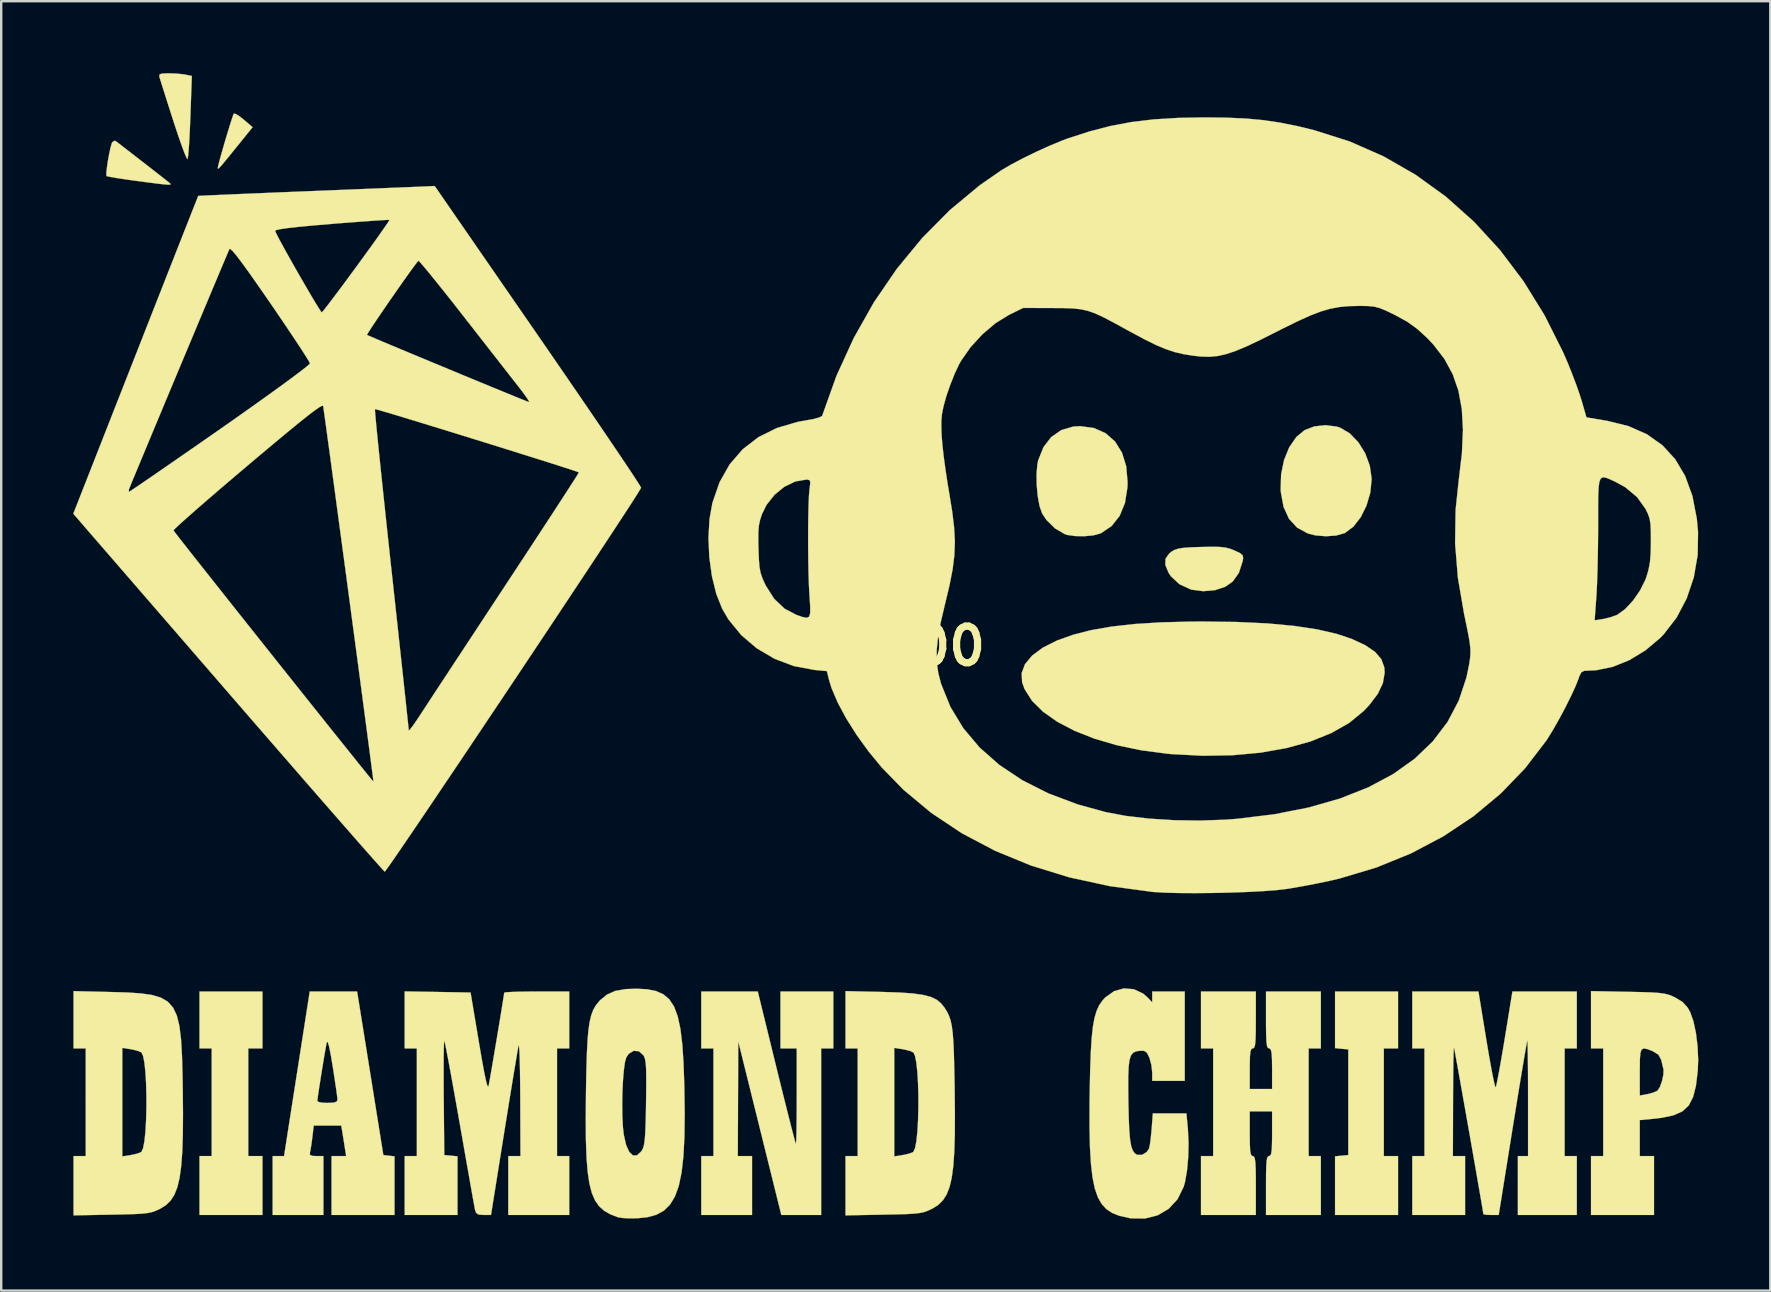
<source format=kicad_pcb>
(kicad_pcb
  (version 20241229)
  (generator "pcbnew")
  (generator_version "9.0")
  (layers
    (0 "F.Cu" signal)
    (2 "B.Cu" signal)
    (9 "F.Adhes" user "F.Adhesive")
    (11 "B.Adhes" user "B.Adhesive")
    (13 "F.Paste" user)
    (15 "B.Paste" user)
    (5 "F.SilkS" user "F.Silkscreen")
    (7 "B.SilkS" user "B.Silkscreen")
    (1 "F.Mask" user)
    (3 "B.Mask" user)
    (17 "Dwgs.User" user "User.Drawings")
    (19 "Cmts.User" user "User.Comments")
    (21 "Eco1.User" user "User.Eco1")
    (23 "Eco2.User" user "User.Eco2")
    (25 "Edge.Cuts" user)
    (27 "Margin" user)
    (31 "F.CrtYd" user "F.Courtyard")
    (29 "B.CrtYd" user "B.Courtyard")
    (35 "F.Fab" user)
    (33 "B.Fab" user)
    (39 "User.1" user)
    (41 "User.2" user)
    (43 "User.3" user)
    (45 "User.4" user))
  (footprint "dc_800"
    (layer "F.Cu")
    (at 33.882 23.881)
    (property "Reference" "dc_800" (at 0 0 0) (layer "F.SilkS") (effects (font (size 1.524 1.524) (thickness 0.3))))
    (attr through_hole)
    (fp_poly (pts (xy -25.993 16.764) (xy -26.585 16.764) (xy -26.585 21.251) (xy -25.993 21.251) (xy -25.993 23.707) (xy -28.617 23.707) (xy -28.617 21.251) (xy -28.109 21.251) (xy -28.109 16.764) (xy -28.617 16.764) (xy -28.617 14.393) (xy -25.993 14.393) (xy -25.993 16.764)) (stroke (width 0.01) (type solid)) (fill yes) (layer "F.SilkS"))
    (fp_poly (pts (xy 21.336 16.764) (xy 20.743 16.764) (xy 20.743 21.251) (xy 21.336 21.251) (xy 21.336 23.707) (xy 18.711 23.707) (xy 18.711 21.262) (xy 18.986 21.236) (xy 19.262 21.209) (xy 19.262 16.806) (xy 18.986 16.78) (xy 18.711 16.753) (xy 18.711 14.393) (xy 21.336 14.393) (xy 21.336 16.764)) (stroke (width 0.01) (type solid)) (fill yes) (layer "F.SilkS"))
    (fp_poly (pts (xy -27.101 -22.18) (xy -26.931 -22.071) (xy -26.77 -21.943) (xy -26.404 -21.63) (xy -27.053 -20.827) (xy -27.361 -20.447) (xy -27.578 -20.182) (xy -27.72 -20.014) (xy -27.803 -19.926) (xy -27.843 -19.9) (xy -27.855 -19.919) (xy -27.855 -19.933) (xy -27.832 -20.048) (xy -27.771 -20.284) (xy -27.681 -20.603) (xy -27.576 -20.97) (xy -27.464 -21.345) (xy -27.358 -21.693) (xy -27.268 -21.975) (xy -27.206 -22.155) (xy -27.186 -22.198) (xy -27.101 -22.18)) (stroke (width 0.01) (type solid)) (fill yes) (layer "F.SilkS"))
    (fp_poly (pts (xy -29.593 -23.865) (xy -29.299 -23.836) (xy -29.211 -23.821) (xy -28.937 -23.766) (xy -28.997 -22.064) (xy -29.019 -21.543) (xy -29.042 -21.08) (xy -29.067 -20.702) (xy -29.092 -20.435) (xy -29.113 -20.306) (xy -29.117 -20.299) (xy -29.159 -20.356) (xy -29.243 -20.553) (xy -29.36 -20.866) (xy -29.502 -21.273) (xy -29.661 -21.751) (xy -29.712 -21.908) (xy -29.876 -22.419) (xy -30.023 -22.881) (xy -30.146 -23.269) (xy -30.236 -23.555) (xy -30.285 -23.712) (xy -30.289 -23.728) (xy -30.29 -23.816) (xy -30.206 -23.861) (xy -29.999 -23.875) (xy -29.908 -23.876) (xy -29.593 -23.865)) (stroke (width 0.01) (type solid)) (fill yes) (layer "F.SilkS"))
    (fp_poly (pts (xy 13.901 -4.136) (xy 14.142 -4.11) (xy 14.341 -4.059) (xy 14.521 -3.988) (xy 14.752 -3.878) (xy 14.861 -3.786) (xy 14.881 -3.668) (xy 14.859 -3.536) (xy 14.7 -3.051) (xy 14.445 -2.694) (xy 14.138 -2.477) (xy 13.709 -2.334) (xy 13.217 -2.291) (xy 12.741 -2.353) (xy 12.687 -2.369) (xy 12.218 -2.586) (xy 11.868 -2.913) (xy 11.771 -3.062) (xy 11.636 -3.387) (xy 11.645 -3.644) (xy 11.801 -3.864) (xy 11.88 -3.929) (xy 12.008 -4.007) (xy 12.164 -4.061) (xy 12.385 -4.097) (xy 12.707 -4.12) (xy 13.122 -4.134) (xy 13.575 -4.143) (xy 13.901 -4.136)) (stroke (width 0.01) (type solid)) (fill yes) (layer "F.SilkS"))
    (fp_poly (pts (xy 18.779 -9.152) (xy 18.922 -9.107) (xy 19.324 -8.869) (xy 19.679 -8.502) (xy 19.965 -8.042) (xy 20.158 -7.526) (xy 20.235 -6.993) (xy 20.235 -6.948) (xy 20.179 -6.394) (xy 20.021 -5.858) (xy 19.782 -5.376) (xy 19.479 -4.985) (xy 19.13 -4.723) (xy 19.104 -4.71) (xy 18.76 -4.612) (xy 18.332 -4.581) (xy 17.892 -4.617) (xy 17.581 -4.695) (xy 17.13 -4.939) (xy 16.792 -5.306) (xy 16.566 -5.8) (xy 16.451 -6.421) (xy 16.444 -6.527) (xy 16.462 -7.163) (xy 16.585 -7.76) (xy 16.801 -8.289) (xy 17.098 -8.718) (xy 17.442 -9.004) (xy 17.847 -9.159) (xy 18.317 -9.21) (xy 18.779 -9.152)) (stroke (width 0.01) (type solid)) (fill yes) (layer "F.SilkS"))
    (fp_poly (pts (xy -32.074 -21.026) (xy -31.97 -20.945) (xy -31.759 -20.781) (xy -31.466 -20.555) (xy -31.12 -20.286) (xy -30.946 -20.152) (xy -30.586 -19.872) (xy -30.271 -19.627) (xy -30.027 -19.435) (xy -29.879 -19.317) (xy -29.849 -19.292) (xy -29.821 -19.258) (xy -29.839 -19.238) (xy -29.926 -19.234) (xy -30.1 -19.247) (xy -30.384 -19.28) (xy -30.797 -19.332) (xy -31.274 -19.395) (xy -31.701 -19.455) (xy -32.065 -19.51) (xy -32.335 -19.557) (xy -32.479 -19.589) (xy -32.493 -19.595) (xy -32.502 -19.696) (xy -32.481 -19.912) (xy -32.44 -20.195) (xy -32.386 -20.497) (xy -32.329 -20.767) (xy -32.275 -20.956) (xy -32.254 -21.004) (xy -32.154 -21.067) (xy -32.074 -21.026)) (stroke (width 0.01) (type solid)) (fill yes) (layer "F.SilkS"))
    (fp_poly (pts (xy 8.662 -9.092) (xy 9.15 -8.874) (xy 9.543 -8.528) (xy 9.831 -8.064) (xy 10.008 -7.492) (xy 10.064 -6.824) (xy 10.057 -6.611) (xy 9.954 -5.967) (xy 9.733 -5.429) (xy 9.399 -5.007) (xy 8.958 -4.71) (xy 8.914 -4.691) (xy 8.632 -4.617) (xy 8.261 -4.583) (xy 7.875 -4.589) (xy 7.548 -4.636) (xy 7.453 -4.666) (xy 7.038 -4.909) (xy 6.68 -5.261) (xy 6.503 -5.529) (xy 6.396 -5.834) (xy 6.319 -6.25) (xy 6.276 -6.72) (xy 6.27 -7.187) (xy 6.306 -7.595) (xy 6.339 -7.748) (xy 6.558 -8.295) (xy 6.883 -8.717) (xy 7.301 -9.006) (xy 7.802 -9.153) (xy 8.086 -9.17) (xy 8.662 -9.092)) (stroke (width 0.01) (type solid)) (fill yes) (layer "F.SilkS"))
    (fp_poly (pts (xy -4.571 17.568) (xy -4.397 18.273) (xy -4.236 18.923) (xy -4.09 19.501) (xy -3.966 19.99) (xy -3.866 20.371) (xy -3.797 20.627) (xy -3.762 20.739) (xy -3.759 20.743) (xy -3.75 20.663) (xy -3.741 20.436) (xy -3.734 20.087) (xy -3.729 19.638) (xy -3.726 19.114) (xy -3.725 18.754) (xy -3.725 16.764) (xy -4.403 16.764) (xy -4.403 14.393) (xy -2.201 14.393) (xy -2.201 16.764) (xy -2.709 16.764) (xy -2.709 23.707) (xy -4.368 23.707) (xy -6.163 16.468) (xy -6.172 18.86) (xy -6.181 21.251) (xy -5.588 21.251) (xy -5.588 23.707) (xy -7.705 23.707) (xy -7.705 21.251) (xy -7.197 21.251) (xy -7.197 16.764) (xy -7.705 16.764) (xy -7.705 14.393) (xy -5.349 14.393) (xy -4.571 17.568)) (stroke (width 0.01) (type solid)) (fill yes) (layer "F.SilkS"))
    (fp_poly (pts (xy 14.63 -1.008) (xy 15.893 -0.948) (xy 17.002 -0.845) (xy 17.962 -0.7) (xy 18.779 -0.513) (xy 19.414 -0.299) (xy 19.975 -0.037) (xy 20.379 0.239) (xy 20.638 0.541) (xy 20.763 0.88) (xy 20.779 1.101) (xy 20.705 1.538) (xy 20.496 1.982) (xy 20.139 2.453) (xy 19.9 2.706) (xy 19.296 3.201) (xy 18.55 3.624) (xy 17.678 3.974) (xy 16.693 4.246) (xy 15.61 4.438) (xy 14.443 4.546) (xy 13.205 4.568) (xy 11.912 4.5) (xy 11.71 4.482) (xy 10.623 4.338) (xy 9.61 4.127) (xy 8.683 3.855) (xy 7.855 3.528) (xy 7.137 3.153) (xy 6.543 2.735) (xy 6.084 2.281) (xy 5.774 1.797) (xy 5.668 1.508) (xy 5.648 1.123) (xy 5.789 0.749) (xy 6.086 0.392) (xy 6.531 0.062) (xy 7.116 -0.233) (xy 7.132 -0.239) (xy 7.792 -0.475) (xy 8.539 -0.667) (xy 9.386 -0.815) (xy 10.35 -0.923) (xy 11.445 -0.992) (xy 12.685 -1.024) (xy 13.208 -1.027) (xy 14.63 -1.008)) (stroke (width 0.01) (type solid)) (fill yes) (layer "F.SilkS"))
    (fp_poly (pts (xy 30.924 14.406) (xy 31.479 14.418) (xy 31.894 14.432) (xy 32.199 14.452) (xy 32.425 14.481) (xy 32.6 14.523) (xy 32.755 14.582) (xy 32.893 14.647) (xy 33.198 14.834) (xy 33.403 15.06) (xy 33.507 15.243) (xy 33.644 15.62) (xy 33.751 16.114) (xy 33.82 16.672) (xy 33.845 17.245) (xy 33.828 17.695) (xy 33.753 18.317) (xy 33.634 18.793) (xy 33.451 19.144) (xy 33.184 19.391) (xy 32.813 19.555) (xy 32.319 19.659) (xy 31.963 19.7) (xy 31.411 19.752) (xy 31.411 21.251) (xy 32.004 21.251) (xy 32.004 23.707) (xy 29.379 23.707) (xy 29.379 21.251) (xy 29.887 21.251) (xy 29.887 17.747) (xy 31.411 17.747) (xy 31.411 18.73) (xy 31.729 18.671) (xy 31.965 18.61) (xy 32.135 18.536) (xy 32.152 18.525) (xy 32.25 18.373) (xy 32.338 18.127) (xy 32.395 17.861) (xy 32.402 17.651) (xy 32.397 17.628) (xy 32.35 17.437) (xy 32.305 17.245) (xy 32.188 17.027) (xy 31.961 16.885) (xy 31.736 16.796) (xy 31.583 16.764) (xy 31.488 16.812) (xy 31.436 16.959) (xy 31.415 17.229) (xy 31.411 17.642) (xy 31.411 17.747) (xy 29.887 17.747) (xy 29.887 16.764) (xy 29.379 16.764) (xy 29.379 14.377) (xy 30.924 14.406)) (stroke (width 0.01) (type solid)) (fill yes) (layer "F.SilkS"))
    (fp_poly (pts (xy -32.322 14.414) (xy -31.637 14.434) (xy -31.067 14.471) (xy -30.601 14.537) (xy -30.228 14.648) (xy -29.938 14.818) (xy -29.72 15.062) (xy -29.562 15.394) (xy -29.455 15.828) (xy -29.387 16.38) (xy -29.347 17.064) (xy -29.324 17.895) (xy -29.315 18.449) (xy -29.305 19.473) (xy -29.311 20.342) (xy -29.335 21.072) (xy -29.38 21.675) (xy -29.448 22.166) (xy -29.543 22.559) (xy -29.667 22.869) (xy -29.823 23.109) (xy -30.013 23.294) (xy -30.24 23.438) (xy -30.268 23.453) (xy -30.427 23.527) (xy -30.581 23.583) (xy -30.759 23.623) (xy -30.989 23.65) (xy -31.303 23.669) (xy -31.728 23.682) (xy -32.279 23.693) (xy -33.867 23.723) (xy -33.867 21.251) (xy -33.359 21.251) (xy -33.359 16.764) (xy -33.867 16.764) (xy -33.867 16.742) (xy -31.835 16.742) (xy -31.835 19.004) (xy -31.835 21.266) (xy -31.475 21.208) (xy -31.235 21.156) (xy -31.067 21.096) (xy -31.039 21.077) (xy -30.969 20.926) (xy -30.913 20.637) (xy -30.871 20.241) (xy -30.844 19.768) (xy -30.83 19.251) (xy -30.83 18.719) (xy -30.844 18.205) (xy -30.873 17.737) (xy -30.915 17.349) (xy -30.972 17.069) (xy -31.035 16.937) (xy -31.163 16.875) (xy -31.388 16.816) (xy -31.475 16.8) (xy -31.835 16.742) (xy -33.867 16.742) (xy -33.867 14.377) (xy -32.322 14.414)) (stroke (width 0.01) (type solid)) (fill yes) (layer "F.SilkS"))
    (fp_poly (pts (xy -21.501 17.801) (xy -20.955 21.209) (xy -20.722 21.236) (xy -20.489 21.263) (xy -20.489 23.707) (xy -23.114 23.707) (xy -23.114 21.251) (xy -22.506 21.251) (xy -22.562 20.892) (xy -22.61 20.587) (xy -22.656 20.3) (xy -22.663 20.256) (xy -22.71 19.981) (xy -23.856 19.981) (xy -23.914 20.468) (xy -23.952 20.762) (xy -23.992 21.003) (xy -24.014 21.103) (xy -24.013 21.203) (xy -23.906 21.245) (xy -23.755 21.251) (xy -23.453 21.251) (xy -23.453 23.707) (xy -25.569 23.707) (xy -25.569 21.251) (xy -25.093 21.251) (xy -24.736 18.962) (xy -23.707 18.962) (xy -23.631 19.006) (xy -23.436 19.033) (xy -23.283 19.037) (xy -23.024 19.024) (xy -22.897 18.98) (xy -22.865 18.895) (xy -22.865 18.894) (xy -22.88 18.763) (xy -22.916 18.499) (xy -22.97 18.136) (xy -23.035 17.707) (xy -23.064 17.526) (xy -23.149 17.017) (xy -23.218 16.677) (xy -23.27 16.503) (xy -23.307 16.496) (xy -23.311 16.51) (xy -23.343 16.663) (xy -23.392 16.937) (xy -23.452 17.292) (xy -23.517 17.689) (xy -23.581 18.091) (xy -23.638 18.457) (xy -23.681 18.75) (xy -23.704 18.93) (xy -23.707 18.962) (xy -24.736 18.962) (xy -24.733 18.944) (xy -24.627 18.265) (xy -24.519 17.574) (xy -24.415 16.909) (xy -24.321 16.307) (xy -24.243 15.806) (xy -24.198 15.515) (xy -24.023 14.393) (xy -22.048 14.393) (xy -21.501 17.801)) (stroke (width 0.01) (type solid)) (fill yes) (layer "F.SilkS"))
    (fp_poly (pts (xy -0.148 14.412) (xy 0.552 14.435) (xy 1.105 14.473) (xy 1.533 14.533) (xy 1.86 14.618) (xy 2.107 14.736) (xy 2.296 14.892) (xy 2.431 15.063) (xy 2.536 15.229) (xy 2.62 15.399) (xy 2.686 15.593) (xy 2.738 15.833) (xy 2.776 16.137) (xy 2.805 16.527) (xy 2.826 17.024) (xy 2.842 17.647) (xy 2.856 18.418) (xy 2.856 18.476) (xy 2.867 19.492) (xy 2.863 20.354) (xy 2.841 21.076) (xy 2.799 21.672) (xy 2.734 22.158) (xy 2.643 22.546) (xy 2.523 22.852) (xy 2.372 23.09) (xy 2.188 23.275) (xy 1.966 23.421) (xy 1.905 23.453) (xy 1.746 23.527) (xy 1.592 23.583) (xy 1.415 23.623) (xy 1.184 23.65) (xy 0.871 23.669) (xy 0.446 23.682) (xy -0.106 23.693) (xy -1.693 23.723) (xy -1.693 21.266) (xy 0.339 21.266) (xy 0.699 21.208) (xy 0.939 21.156) (xy 1.106 21.096) (xy 1.135 21.077) (xy 1.205 20.926) (xy 1.26 20.636) (xy 1.302 20.24) (xy 1.33 19.768) (xy 1.344 19.25) (xy 1.344 18.719) (xy 1.329 18.204) (xy 1.301 17.737) (xy 1.258 17.348) (xy 1.201 17.069) (xy 1.139 16.937) (xy 1.01 16.875) (xy 0.785 16.816) (xy 0.699 16.8) (xy 0.339 16.742) (xy 0.339 21.266) (xy -1.693 21.266) (xy -1.693 21.251) (xy -1.185 21.251) (xy -1.185 16.764) (xy -1.693 16.764) (xy -1.693 14.377) (xy -0.148 14.412)) (stroke (width 0.01) (type solid)) (fill yes) (layer "F.SilkS"))
    (fp_poly (pts (xy 15.409 15.579) (xy 15.407 16.057) (xy 15.397 16.39) (xy 15.379 16.602) (xy 15.348 16.718) (xy 15.302 16.761) (xy 15.282 16.764) (xy 15.223 16.792) (xy 15.185 16.894) (xy 15.164 17.099) (xy 15.156 17.434) (xy 15.155 17.611) (xy 15.155 18.457) (xy 16.087 18.457) (xy 16.087 17.611) (xy 16.082 17.216) (xy 16.067 16.962) (xy 16.036 16.822) (xy 15.986 16.768) (xy 15.96 16.764) (xy 15.908 16.74) (xy 15.873 16.653) (xy 15.85 16.478) (xy 15.838 16.19) (xy 15.833 15.766) (xy 15.833 15.579) (xy 15.833 14.393) (xy 18.119 14.393) (xy 18.119 16.764) (xy 17.611 16.764) (xy 17.611 21.251) (xy 18.119 21.251) (xy 18.119 23.707) (xy 15.833 23.707) (xy 15.833 22.479) (xy 15.835 21.991) (xy 15.844 21.649) (xy 15.862 21.428) (xy 15.891 21.305) (xy 15.934 21.256) (xy 15.96 21.251) (xy 16.017 21.225) (xy 16.054 21.127) (xy 16.076 20.931) (xy 16.085 20.611) (xy 16.087 20.32) (xy 16.087 19.389) (xy 15.155 19.389) (xy 15.155 20.32) (xy 15.159 20.737) (xy 15.172 21.011) (xy 15.199 21.17) (xy 15.243 21.241) (xy 15.282 21.251) (xy 15.333 21.275) (xy 15.368 21.361) (xy 15.391 21.533) (xy 15.404 21.816) (xy 15.409 22.234) (xy 15.409 22.479) (xy 15.409 23.707) (xy 13.123 23.707) (xy 13.123 21.251) (xy 13.631 21.251) (xy 13.631 16.764) (xy 13.123 16.764) (xy 13.123 14.393) (xy 15.409 14.393) (xy 15.409 15.579)) (stroke (width 0.01) (type solid)) (fill yes) (layer "F.SilkS"))
    (fp_poly (pts (xy 10.328 14.299) (xy 10.715 14.482) (xy 10.91 14.654) (xy 11.091 14.849) (xy 11.091 14.393) (xy 12.446 14.393) (xy 12.446 18.119) (xy 11.091 18.119) (xy 11.091 17.777) (xy 11.058 17.465) (xy 10.976 17.161) (xy 10.966 17.137) (xy 10.866 16.94) (xy 10.749 16.864) (xy 10.566 16.864) (xy 10.41 16.891) (xy 10.29 16.951) (xy 10.203 17.063) (xy 10.144 17.248) (xy 10.108 17.525) (xy 10.092 17.915) (xy 10.09 18.437) (xy 10.097 19.008) (xy 10.112 19.672) (xy 10.135 20.186) (xy 10.169 20.571) (xy 10.217 20.846) (xy 10.284 21.03) (xy 10.372 21.145) (xy 10.474 21.204) (xy 10.668 21.2) (xy 10.859 21.085) (xy 10.958 20.94) (xy 10.992 20.788) (xy 11.028 20.52) (xy 11.061 20.19) (xy 11.066 20.133) (xy 11.116 19.473) (xy 12.516 19.473) (xy 12.577 20.123) (xy 12.605 20.689) (xy 12.593 21.279) (xy 12.543 21.842) (xy 12.46 22.321) (xy 12.4 22.536) (xy 12.144 23.053) (xy 11.777 23.45) (xy 11.319 23.72) (xy 10.785 23.855) (xy 10.192 23.847) (xy 9.721 23.742) (xy 9.433 23.629) (xy 9.19 23.472) (xy 8.989 23.257) (xy 8.826 22.973) (xy 8.698 22.605) (xy 8.602 22.14) (xy 8.536 21.566) (xy 8.495 20.868) (xy 8.477 20.035) (xy 8.479 19.053) (xy 8.486 18.525) (xy 8.504 17.655) (xy 8.53 16.936) (xy 8.566 16.35) (xy 8.616 15.878) (xy 8.683 15.503) (xy 8.77 15.205) (xy 8.88 14.966) (xy 9.016 14.769) (xy 9.134 14.639) (xy 9.504 14.378) (xy 9.913 14.264) (xy 10.328 14.299)) (stroke (width 0.01) (type solid)) (fill yes) (layer "F.SilkS"))
    (fp_poly (pts (xy 25.019 16.425) (xy 25.113 16.983) (xy 25.201 17.478) (xy 25.278 17.887) (xy 25.342 18.189) (xy 25.387 18.362) (xy 25.405 18.393) (xy 25.434 18.295) (xy 25.485 18.054) (xy 25.553 17.693) (xy 25.634 17.238) (xy 25.724 16.712) (xy 25.782 16.362) (xy 26.103 14.393) (xy 28.787 14.393) (xy 28.787 16.764) (xy 28.279 16.764) (xy 28.279 21.251) (xy 28.787 21.251) (xy 28.787 23.707) (xy 26.331 23.707) (xy 26.331 21.251) (xy 26.755 21.251) (xy 26.755 18.824) (xy 26.754 18.205) (xy 26.751 17.646) (xy 26.746 17.169) (xy 26.74 16.795) (xy 26.733 16.543) (xy 26.726 16.435) (xy 26.724 16.432) (xy 26.704 16.521) (xy 26.661 16.759) (xy 26.597 17.13) (xy 26.515 17.617) (xy 26.418 18.202) (xy 26.309 18.868) (xy 26.191 19.598) (xy 26.112 20.087) (xy 25.532 23.707) (xy 25.212 23.707) (xy 25.007 23.698) (xy 24.898 23.677) (xy 24.892 23.671) (xy 24.878 23.574) (xy 24.838 23.332) (xy 24.775 22.967) (xy 24.694 22.5) (xy 24.599 21.951) (xy 24.493 21.344) (xy 24.38 20.699) (xy 24.263 20.037) (xy 24.147 19.381) (xy 24.036 18.751) (xy 23.932 18.17) (xy 23.841 17.657) (xy 23.764 17.236) (xy 23.708 16.928) (xy 23.674 16.753) (xy 23.667 16.722) (xy 23.659 16.78) (xy 23.651 16.987) (xy 23.643 17.322) (xy 23.637 17.764) (xy 23.632 18.293) (xy 23.629 18.888) (xy 23.629 18.944) (xy 23.622 21.251) (xy 24.13 21.251) (xy 24.13 23.707) (xy 21.929 23.707) (xy 21.929 21.251) (xy 22.437 21.251) (xy 22.437 16.764) (xy 21.929 16.764) (xy 21.929 14.393) (xy 24.687 14.393) (xy 25.019 16.425)) (stroke (width 0.01) (type solid)) (fill yes) (layer "F.SilkS"))
    (fp_poly (pts (xy -9.968 14.299) (xy -9.595 14.372) (xy -9.286 14.508) (xy -9.036 14.72) (xy -8.838 15.022) (xy -8.687 15.427) (xy -8.574 15.947) (xy -8.495 16.596) (xy -8.443 17.387) (xy -8.41 18.334) (xy -8.41 18.373) (xy -8.394 19.488) (xy -8.406 20.447) (xy -8.448 21.26) (xy -8.525 21.938) (xy -8.641 22.493) (xy -8.8 22.935) (xy -9.006 23.276) (xy -9.262 23.526) (xy -9.573 23.697) (xy -9.943 23.8) (xy -10.372 23.845) (xy -10.705 23.849) (xy -10.999 23.832) (xy -11.181 23.801) (xy -11.485 23.684) (xy -11.742 23.539) (xy -11.955 23.352) (xy -12.128 23.109) (xy -12.264 22.796) (xy -12.367 22.398) (xy -12.44 21.903) (xy -12.488 21.295) (xy -12.513 20.561) (xy -12.519 19.687) (xy -12.514 19.112) (xy -10.999 19.112) (xy -10.993 19.603) (xy -10.97 20.039) (xy -10.936 20.351) (xy -10.839 20.781) (xy -10.709 21.075) (xy -10.554 21.224) (xy -10.384 21.221) (xy -10.207 21.058) (xy -10.183 21.023) (xy -10.131 20.924) (xy -10.092 20.79) (xy -10.062 20.597) (xy -10.041 20.321) (xy -10.025 19.938) (xy -10.012 19.425) (xy -10.006 19.027) (xy -9.998 18.422) (xy -9.997 17.962) (xy -10.003 17.624) (xy -10.019 17.385) (xy -10.046 17.221) (xy -10.084 17.108) (xy -10.117 17.05) (xy -10.304 16.884) (xy -10.521 16.865) (xy -10.725 16.988) (xy -10.831 17.145) (xy -10.887 17.349) (xy -10.933 17.686) (xy -10.968 18.116) (xy -10.991 18.604) (xy -10.999 19.112) (xy -12.514 19.112) (xy -12.51 18.658) (xy -12.51 18.609) (xy -12.495 17.754) (xy -12.475 17.051) (xy -12.448 16.479) (xy -12.409 16.022) (xy -12.357 15.66) (xy -12.289 15.375) (xy -12.202 15.148) (xy -12.092 14.961) (xy -11.958 14.797) (xy -11.919 14.755) (xy -11.631 14.519) (xy -11.29 14.369) (xy -10.858 14.293) (xy -10.414 14.277) (xy -9.968 14.299)) (stroke (width 0.01) (type solid)) (fill yes) (layer "F.SilkS"))
    (fp_poly (pts (xy -18.693 14.412) (xy -17.319 14.436) (xy -16.972 16.51) (xy -16.857 17.183) (xy -16.763 17.697) (xy -16.689 18.059) (xy -16.633 18.279) (xy -16.593 18.364) (xy -16.569 18.33) (xy -16.541 18.184) (xy -16.492 17.909) (xy -16.427 17.534) (xy -16.351 17.089) (xy -16.269 16.602) (xy -16.185 16.103) (xy -16.105 15.621) (xy -16.033 15.186) (xy -15.975 14.825) (xy -15.935 14.569) (xy -15.918 14.447) (xy -15.917 14.443) (xy -15.837 14.426) (xy -15.616 14.412) (xy -15.283 14.401) (xy -14.865 14.395) (xy -14.563 14.393) (xy -13.208 14.393) (xy -13.208 16.764) (xy -13.716 16.764) (xy -13.716 21.251) (xy -13.208 21.251) (xy -13.208 23.707) (xy -15.748 23.707) (xy -15.748 21.251) (xy -15.24 21.251) (xy -15.249 18.817) (xy -15.253 18.21) (xy -15.26 17.675) (xy -15.271 17.231) (xy -15.283 16.895) (xy -15.298 16.687) (xy -15.313 16.625) (xy -15.318 16.637) (xy -15.344 16.774) (xy -15.394 17.06) (xy -15.463 17.474) (xy -15.55 17.997) (xy -15.65 18.61) (xy -15.761 19.294) (xy -15.88 20.029) (xy -15.923 20.299) (xy -16.468 23.706) (xy -16.778 23.706) (xy -16.991 23.689) (xy -17.094 23.612) (xy -17.137 23.474) (xy -17.162 23.341) (xy -17.213 23.061) (xy -17.286 22.652) (xy -17.377 22.135) (xy -17.485 21.527) (xy -17.604 20.848) (xy -17.732 20.118) (xy -17.777 19.863) (xy -17.907 19.129) (xy -18.029 18.447) (xy -18.14 17.836) (xy -18.236 17.314) (xy -18.316 16.897) (xy -18.374 16.606) (xy -18.408 16.456) (xy -18.414 16.44) (xy -18.425 16.509) (xy -18.434 16.727) (xy -18.44 17.072) (xy -18.442 17.525) (xy -18.442 18.064) (xy -18.439 18.669) (xy -18.438 18.802) (xy -18.415 21.209) (xy -17.865 21.262) (xy -17.865 23.707) (xy -20.066 23.707) (xy -20.066 21.251) (xy -19.558 21.251) (xy -19.558 16.764) (xy -20.066 16.764) (xy -20.066 14.389) (xy -18.693 14.412)) (stroke (width 0.01) (type solid)) (fill yes) (layer "F.SilkS"))
    (fp_poly (pts (xy 14.182 -22.027) (xy 14.992 -21.991) (xy 15.727 -21.923) (xy 16.434 -21.818) (xy 17.16 -21.671) (xy 17.839 -21.505) (xy 19.319 -21.036) (xy 20.731 -20.415) (xy 22.068 -19.647) (xy 23.326 -18.738) (xy 24.498 -17.692) (xy 25.579 -16.516) (xy 26.562 -15.214) (xy 27.442 -13.792) (xy 28.213 -12.256) (xy 28.385 -11.861) (xy 28.57 -11.405) (xy 28.752 -10.926) (xy 28.906 -10.488) (xy 28.993 -10.211) (xy 29.188 -9.536) (xy 30.052 -9.391) (xy 30.937 -9.172) (xy 31.705 -8.834) (xy 32.355 -8.374) (xy 32.887 -7.793) (xy 33.304 -7.09) (xy 33.604 -6.263) (xy 33.788 -5.313) (xy 33.84 -4.755) (xy 33.824 -3.799) (xy 33.663 -2.87) (xy 33.368 -1.993) (xy 32.947 -1.192) (xy 32.408 -0.493) (xy 32.268 -0.348) (xy 31.65 0.173) (xy 30.979 0.581) (xy 30.284 0.862) (xy 29.598 1.003) (xy 29.326 1.016) (xy 29.096 1.028) (xy 28.973 1.092) (xy 28.893 1.252) (xy 28.866 1.333) (xy 28.743 1.65) (xy 28.552 2.066) (xy 28.316 2.54) (xy 28.057 3.026) (xy 27.798 3.483) (xy 27.561 3.867) (xy 27.516 3.935) (xy 26.631 5.09) (xy 25.615 6.143) (xy 24.478 7.09) (xy 23.228 7.923) (xy 21.876 8.637) (xy 20.43 9.225) (xy 18.9 9.683) (xy 18.515 9.774) (xy 18.011 9.88) (xy 17.453 9.988) (xy 16.926 10.081) (xy 16.663 10.123) (xy 16.238 10.171) (xy 15.681 10.212) (xy 15.028 10.246) (xy 14.315 10.271) (xy 13.579 10.287) (xy 12.857 10.293) (xy 12.185 10.289) (xy 11.599 10.273) (xy 11.136 10.245) (xy 11.097 10.241) (xy 9.319 10.001) (xy 7.629 9.634) (xy 6.034 9.142) (xy 4.54 8.528) (xy 3.153 7.796) (xy 1.879 6.947) (xy 0.723 5.985) (xy -0.18 5.057) (xy -0.724 4.397) (xy -1.224 3.706) (xy -1.661 3.015) (xy -2.017 2.353) (xy -2.273 1.752) (xy -2.372 1.43) (xy -2.47 1.039) (xy -2.992 0.99) (xy -3.846 0.83) (xy -4.654 0.524) (xy -5.243 0.177) (xy 2.107 0.177) (xy 2.111 0.663) (xy 2.173 1.118) (xy 2.289 1.566) (xy 2.678 2.529) (xy 3.215 3.416) (xy 3.896 4.224) (xy 4.718 4.949) (xy 5.676 5.588) (xy 6.766 6.138) (xy 7.983 6.595) (xy 9.14 6.914) (xy 9.99 7.074) (xy 10.96 7.188) (xy 12.006 7.254) (xy 13.083 7.269) (xy 14.147 7.232) (xy 14.613 7.197) (xy 16.182 7.006) (xy 17.62 6.722) (xy 18.926 6.348) (xy 20.097 5.884) (xy 21.132 5.332) (xy 22.029 4.692) (xy 22.785 3.968) (xy 23.399 3.159) (xy 23.868 2.267) (xy 24.191 1.293) (xy 24.302 0.746) (xy 24.336 0.515) (xy 24.353 0.313) (xy 24.351 0.106) (xy 24.325 -0.137) (xy 24.272 -0.451) (xy 24.189 -0.867) (xy 24.145 -1.076) (xy 29.53 -1.076) (xy 29.887 -1.133) (xy 30.177 -1.2) (xy 30.438 -1.292) (xy 30.478 -1.311) (xy 30.802 -1.546) (xy 31.129 -1.898) (xy 31.421 -2.319) (xy 31.642 -2.761) (xy 31.679 -2.86) (xy 31.775 -3.181) (xy 31.835 -3.498) (xy 31.866 -3.869) (xy 31.875 -4.351) (xy 31.875 -4.36) (xy 31.873 -4.784) (xy 31.857 -5.085) (xy 31.822 -5.308) (xy 31.758 -5.499) (xy 31.659 -5.704) (xy 31.648 -5.726) (xy 31.296 -6.216) (xy 30.806 -6.624) (xy 30.383 -6.856) (xy 30.164 -6.957) (xy 29.996 -7.023) (xy 29.871 -7.038) (xy 29.784 -6.986) (xy 29.727 -6.849) (xy 29.695 -6.612) (xy 29.68 -6.257) (xy 29.675 -5.768) (xy 29.676 -5.128) (xy 29.676 -5.059) (xy 29.672 -4.423) (xy 29.663 -3.773) (xy 29.649 -3.154) (xy 29.63 -2.608) (xy 29.609 -2.176) (xy 29.603 -2.083) (xy 29.53 -1.076) (xy 24.145 -1.076) (xy 24.087 -1.355) (xy 23.831 -2.846) (xy 23.714 -4.277) (xy 23.735 -5.682) (xy 23.867 -6.928) (xy 23.998 -8.037) (xy 24.042 -9.015) (xy 23.994 -9.881) (xy 23.852 -10.651) (xy 23.611 -11.342) (xy 23.268 -11.973) (xy 22.818 -12.559) (xy 22.564 -12.83) (xy 22.145 -13.216) (xy 21.727 -13.518) (xy 21.227 -13.794) (xy 21.209 -13.803) (xy 20.848 -13.978) (xy 20.58 -14.089) (xy 20.347 -14.15) (xy 20.092 -14.176) (xy 19.759 -14.182) (xy 19.727 -14.182) (xy 19.286 -14.172) (xy 18.889 -14.135) (xy 18.506 -14.063) (xy 18.107 -13.946) (xy 17.663 -13.774) (xy 17.142 -13.538) (xy 16.516 -13.23) (xy 16.275 -13.107) (xy 15.593 -12.765) (xy 15.032 -12.499) (xy 14.566 -12.304) (xy 14.169 -12.171) (xy 13.814 -12.092) (xy 13.477 -12.061) (xy 13.131 -12.071) (xy 12.789 -12.107) (xy 12.391 -12.171) (xy 12.023 -12.258) (xy 11.65 -12.382) (xy 11.242 -12.555) (xy 10.764 -12.791) (xy 10.184 -13.101) (xy 10.021 -13.191) (xy 9.485 -13.485) (xy 9.063 -13.707) (xy 8.717 -13.867) (xy 8.413 -13.975) (xy 8.117 -14.041) (xy 7.791 -14.076) (xy 7.402 -14.09) (xy 6.941 -14.093) (xy 5.711 -14.097) (xy 5.121 -13.808) (xy 4.565 -13.466) (xy 4.017 -13.003) (xy 3.521 -12.463) (xy 3.12 -11.889) (xy 3.028 -11.723) (xy 2.854 -11.349) (xy 2.674 -10.896) (xy 2.52 -10.452) (xy 2.495 -10.369) (xy 2.387 -9.978) (xy 2.325 -9.662) (xy 2.3 -9.349) (xy 2.305 -8.97) (xy 2.315 -8.763) (xy 2.345 -8.388) (xy 2.401 -7.896) (xy 2.477 -7.337) (xy 2.565 -6.759) (xy 2.627 -6.392) (xy 2.754 -5.612) (xy 2.834 -4.948) (xy 2.865 -4.355) (xy 2.844 -3.788) (xy 2.771 -3.201) (xy 2.644 -2.547) (xy 2.461 -1.781) (xy 2.46 -1.778) (xy 2.28 -1.012) (xy 2.162 -0.371) (xy 2.107 0.177) (xy -5.243 0.177) (xy -5.393 0.089) (xy -6.039 -0.462) (xy -6.571 -1.113) (xy -6.83 -1.553) (xy -7.077 -2.174) (xy -7.258 -2.905) (xy -7.369 -3.699) (xy -7.399 -4.39) (xy -5.328 -4.39) (xy -5.32 -4.062) (xy -5.304 -3.626) (xy -5.279 -3.31) (xy -5.235 -3.067) (xy -5.162 -2.846) (xy -5.052 -2.601) (xy -5.014 -2.522) (xy -4.664 -1.972) (xy -4.23 -1.561) (xy -3.74 -1.304) (xy -3.479 -1.214) (xy -3.306 -1.182) (xy -3.206 -1.23) (xy -3.164 -1.379) (xy -3.164 -1.653) (xy -3.192 -2.072) (xy -3.193 -2.095) (xy -3.216 -2.509) (xy -3.233 -3.018) (xy -3.245 -3.59) (xy -3.25 -4.194) (xy -3.25 -4.796) (xy -3.244 -5.365) (xy -3.233 -5.868) (xy -3.216 -6.273) (xy -3.193 -6.547) (xy -3.188 -6.583) (xy -3.16 -6.808) (xy -3.182 -6.912) (xy -3.274 -6.941) (xy -3.328 -6.943) (xy -3.789 -6.863) (xy -4.242 -6.643) (xy -4.652 -6.309) (xy -4.985 -5.887) (xy -5.17 -5.513) (xy -5.251 -5.272) (xy -5.301 -5.036) (xy -5.325 -4.758) (xy -5.328 -4.39) (xy -7.399 -4.39) (xy -7.405 -4.511) (xy -7.361 -5.293) (xy -7.241 -5.969) (xy -6.944 -6.828) (xy -6.523 -7.574) (xy -5.981 -8.203) (xy -5.323 -8.711) (xy -4.552 -9.094) (xy -3.672 -9.351) (xy -3.332 -9.411) (xy -3.024 -9.468) (xy -2.789 -9.532) (xy -2.671 -9.591) (xy -2.666 -9.6) (xy -2.074 -11.256) (xy -1.352 -12.837) (xy -0.509 -14.331) (xy 0.446 -15.727) (xy 1.505 -17.013) (xy 2.659 -18.177) (xy 3.9 -19.208) (xy 4.792 -19.828) (xy 5.192 -20.064) (xy 5.7 -20.332) (xy 6.264 -20.607) (xy 6.831 -20.864) (xy 7.351 -21.078) (xy 7.562 -21.157) (xy 8.472 -21.452) (xy 9.348 -21.68) (xy 10.232 -21.846) (xy 11.164 -21.956) (xy 12.183 -22.018) (xy 13.25 -22.037) (xy 14.182 -22.027)) (stroke (width 0.01) (type solid)) (fill yes) (layer "F.SilkS"))
    (fp_poly (pts (xy -14.514 -12.954) (xy -13.879 -12.033) (xy -13.273 -11.151) (xy -12.701 -10.317) (xy -12.171 -9.542) (xy -11.69 -8.835) (xy -11.265 -8.207) (xy -10.902 -7.668) (xy -10.609 -7.228) (xy -10.392 -6.897) (xy -10.258 -6.686) (xy -10.213 -6.604) (xy -10.259 -6.52) (xy -10.392 -6.306) (xy -10.604 -5.974) (xy -10.889 -5.535) (xy -11.24 -4.999) (xy -11.649 -4.378) (xy -12.108 -3.681) (xy -12.612 -2.92) (xy -13.151 -2.106) (xy -13.72 -1.249) (xy -14.311 -0.361) (xy -14.917 0.549) (xy -15.53 1.468) (xy -16.144 2.386) (xy -16.751 3.293) (xy -17.343 4.177) (xy -17.914 5.028) (xy -18.457 5.834) (xy -18.963 6.586) (xy -19.427 7.272) (xy -19.84 7.881) (xy -20.196 8.403) (xy -20.486 8.826) (xy -20.705 9.14) (xy -20.845 9.335) (xy -20.897 9.398) (xy -20.959 9.335) (xy -21.125 9.152) (xy -21.388 8.857) (xy -21.74 8.458) (xy -22.176 7.962) (xy -22.687 7.378) (xy -23.268 6.714) (xy -23.911 5.977) (xy -24.608 5.175) (xy -25.354 4.317) (xy -26.142 3.41) (xy -26.963 2.463) (xy -27.417 1.939) (xy -33.275 -4.824) (xy -29.702 -4.824) (xy -29.701 -4.823) (xy -29.646 -4.748) (xy -29.496 -4.553) (xy -29.26 -4.252) (xy -28.948 -3.855) (xy -28.569 -3.376) (xy -28.134 -2.826) (xy -27.652 -2.218) (xy -27.133 -1.564) (xy -26.586 -0.875) (xy -26.021 -0.165) (xy -25.449 0.555) (xy -24.877 1.272) (xy -24.317 1.975) (xy -23.777 2.652) (xy -23.268 3.289) (xy -22.799 3.875) (xy -22.38 4.398) (xy -22.021 4.846) (xy -21.73 5.206) (xy -21.519 5.467) (xy -21.396 5.615) (xy -21.368 5.646) (xy -21.377 5.562) (xy -21.407 5.321) (xy -21.457 4.937) (xy -21.524 4.419) (xy -21.608 3.781) (xy -21.707 3.033) (xy -21.819 2.188) (xy -21.942 1.258) (xy -22.076 0.253) (xy -22.219 -0.814) (xy -22.368 -1.932) (xy -22.393 -2.117) (xy -22.544 -3.245) (xy -22.69 -4.327) (xy -22.828 -5.351) (xy -22.956 -6.305) (xy -23.074 -7.176) (xy -23.179 -7.954) (xy -23.271 -8.625) (xy -23.346 -9.178) (xy -23.405 -9.601) (xy -23.444 -9.881) (xy -21.305 -9.881) (xy -21.302 -9.792) (xy -21.282 -9.549) (xy -21.246 -9.162) (xy -21.195 -8.646) (xy -21.131 -8.013) (xy -21.054 -7.275) (xy -20.967 -6.445) (xy -20.871 -5.537) (xy -20.767 -4.562) (xy -20.656 -3.535) (xy -20.62 -3.205) (xy -20.506 -2.162) (xy -20.398 -1.167) (xy -20.297 -0.233) (xy -20.204 0.626) (xy -20.12 1.398) (xy -20.048 2.071) (xy -19.988 2.631) (xy -19.942 3.065) (xy -19.91 3.36) (xy -19.896 3.504) (xy -19.895 3.516) (xy -19.852 3.484) (xy -19.737 3.334) (xy -19.568 3.092) (xy -19.399 2.836) (xy -19.266 2.632) (xy -19.049 2.301) (xy -18.758 1.857) (xy -18.401 1.315) (xy -17.99 0.688) (xy -17.532 -0.007) (xy -17.038 -0.758) (xy -16.517 -1.55) (xy -15.978 -2.368) (xy -15.843 -2.574) (xy -15.319 -3.37) (xy -14.823 -4.125) (xy -14.365 -4.825) (xy -13.95 -5.459) (xy -13.588 -6.015) (xy -13.285 -6.482) (xy -13.05 -6.848) (xy -12.889 -7.101) (xy -12.811 -7.229) (xy -12.804 -7.242) (xy -12.893 -7.277) (xy -13.125 -7.355) (xy -13.481 -7.47) (xy -13.942 -7.618) (xy -14.492 -7.792) (xy -15.111 -7.986) (xy -15.78 -8.196) (xy -16.483 -8.415) (xy -17.201 -8.638) (xy -17.914 -8.859) (xy -18.606 -9.072) (xy -19.257 -9.272) (xy -19.85 -9.453) (xy -20.366 -9.61) (xy -20.787 -9.736) (xy -21.094 -9.826) (xy -21.27 -9.874) (xy -21.305 -9.881) (xy -23.444 -9.881) (xy -23.444 -9.881) (xy -23.462 -10.008) (xy -23.463 -10.012) (xy -23.504 -10.021) (xy -23.614 -9.964) (xy -23.801 -9.835) (xy -24.073 -9.629) (xy -24.438 -9.339) (xy -24.903 -8.959) (xy -25.475 -8.483) (xy -26.164 -7.906) (xy -26.611 -7.528) (xy -27.232 -7.002) (xy -27.811 -6.508) (xy -28.335 -6.056) (xy -28.792 -5.659) (xy -29.169 -5.326) (xy -29.455 -5.069) (xy -29.637 -4.898) (xy -29.702 -4.824) (xy -33.275 -4.824) (xy -33.877 -5.52) (xy -33.514 -6.444) (xy -31.567 -6.444) (xy -31.551 -6.435) (xy -31.475 -6.482) (xy -31.272 -6.617) (xy -30.957 -6.832) (xy -30.541 -7.117) (xy -30.038 -7.464) (xy -29.461 -7.863) (xy -28.821 -8.307) (xy -28.133 -8.785) (xy -27.753 -9.05) (xy -27.045 -9.546) (xy -26.381 -10.016) (xy -25.774 -10.45) (xy -25.236 -10.839) (xy -24.779 -11.174) (xy -24.418 -11.445) (xy -24.164 -11.643) (xy -24.03 -11.759) (xy -24.012 -11.784) (xy -24.06 -11.88) (xy -24.194 -12.098) (xy -24.402 -12.421) (xy -24.674 -12.832) (xy -24.767 -12.972) (xy -21.636 -12.972) (xy -21.554 -12.934) (xy -21.335 -12.84) (xy -20.998 -12.697) (xy -20.564 -12.515) (xy -20.052 -12.301) (xy -19.482 -12.063) (xy -18.872 -11.81) (xy -18.243 -11.549) (xy -17.615 -11.288) (xy -17.007 -11.037) (xy -16.438 -10.802) (xy -15.928 -10.593) (xy -15.498 -10.417) (xy -15.166 -10.282) (xy -14.951 -10.197) (xy -14.876 -10.169) (xy -14.895 -10.226) (xy -15 -10.387) (xy -15.173 -10.624) (xy -15.299 -10.787) (xy -15.47 -11.006) (xy -15.729 -11.337) (xy -16.059 -11.76) (xy -16.444 -12.253) (xy -16.867 -12.795) (xy -17.313 -13.366) (xy -17.611 -13.748) (xy -18.036 -14.291) (xy -18.43 -14.788) (xy -18.78 -15.224) (xy -19.073 -15.585) (xy -19.298 -15.855) (xy -19.442 -16.018) (xy -19.492 -16.063) (xy -19.555 -15.992) (xy -19.695 -15.806) (xy -19.895 -15.531) (xy -20.137 -15.19) (xy -20.406 -14.807) (xy -20.685 -14.406) (xy -20.956 -14.012) (xy -21.202 -13.649) (xy -21.408 -13.342) (xy -21.557 -13.113) (xy -21.631 -12.988) (xy -21.636 -12.972) (xy -24.767 -12.972) (xy -24.997 -13.314) (xy -25.36 -13.851) (xy -25.66 -14.289) (xy -26.142 -14.986) (xy -26.536 -15.546) (xy -26.848 -15.977) (xy -27.083 -16.285) (xy -27.245 -16.477) (xy -27.34 -16.558) (xy -27.368 -16.555) (xy -27.408 -16.465) (xy -27.506 -16.234) (xy -27.656 -15.88) (xy -27.85 -15.418) (xy -28.083 -14.864) (xy -28.347 -14.235) (xy -28.636 -13.546) (xy -28.942 -12.814) (xy -29.26 -12.056) (xy -29.582 -11.286) (xy -29.902 -10.521) (xy -30.212 -9.778) (xy -30.506 -9.073) (xy -30.778 -8.421) (xy -31.02 -7.839) (xy -31.226 -7.343) (xy -31.39 -6.95) (xy -31.503 -6.674) (xy -31.557 -6.54) (xy -31.567 -6.444) (xy -33.514 -6.444) (xy -31.278 -12.137) (xy -30.883 -13.143) (xy -30.506 -14.103) (xy -30.151 -15.006) (xy -29.824 -15.838) (xy -29.528 -16.59) (xy -29.268 -17.25) (xy -29.245 -17.309) (xy -25.466 -17.309) (xy -25.414 -17.191) (xy -25.295 -16.959) (xy -25.121 -16.64) (xy -24.909 -16.257) (xy -24.672 -15.837) (xy -24.425 -15.404) (xy -24.181 -14.983) (xy -23.956 -14.599) (xy -23.764 -14.277) (xy -23.618 -14.043) (xy -23.534 -13.921) (xy -23.52 -13.91) (xy -23.457 -13.98) (xy -23.307 -14.17) (xy -23.084 -14.462) (xy -22.802 -14.837) (xy -22.473 -15.28) (xy -22.112 -15.771) (xy -22.066 -15.832) (xy -21.706 -16.328) (xy -21.381 -16.777) (xy -21.106 -17.163) (xy -20.893 -17.468) (xy -20.753 -17.673) (xy -20.7 -17.763) (xy -20.7 -17.765) (xy -20.789 -17.766) (xy -21.024 -17.754) (xy -21.385 -17.73) (xy -21.85 -17.697) (xy -22.397 -17.656) (xy -23.005 -17.608) (xy -23.109 -17.599) (xy -23.89 -17.533) (xy -24.507 -17.474) (xy -24.967 -17.422) (xy -25.275 -17.376) (xy -25.437 -17.335) (xy -25.466 -17.309) (xy -29.245 -17.309) (xy -29.049 -17.805) (xy -28.876 -18.245) (xy -28.752 -18.558) (xy -28.683 -18.732) (xy -28.67 -18.765) (xy -28.586 -18.771) (xy -28.348 -18.782) (xy -27.973 -18.799) (xy -27.475 -18.821) (xy -26.871 -18.847) (xy -26.177 -18.876) (xy -25.407 -18.908) (xy -24.577 -18.942) (xy -24.215 -18.956) (xy -23.346 -18.991) (xy -22.515 -19.025) (xy -21.74 -19.056) (xy -21.039 -19.085) (xy -20.43 -19.11) (xy -19.93 -19.13) (xy -19.557 -19.145) (xy -19.33 -19.155) (xy -19.291 -19.156) (xy -18.813 -19.177) (xy -14.514 -12.954)) (stroke (width 0.01) (type solid)) (fill yes) (layer "F.SilkS")))
  (gr_rect
    (start -3 -3)
    (end 70.733 50.741)
    (stroke (width 0.1) (type default))
    (fill no)
    (layer "Edge.Cuts")))
</source>
